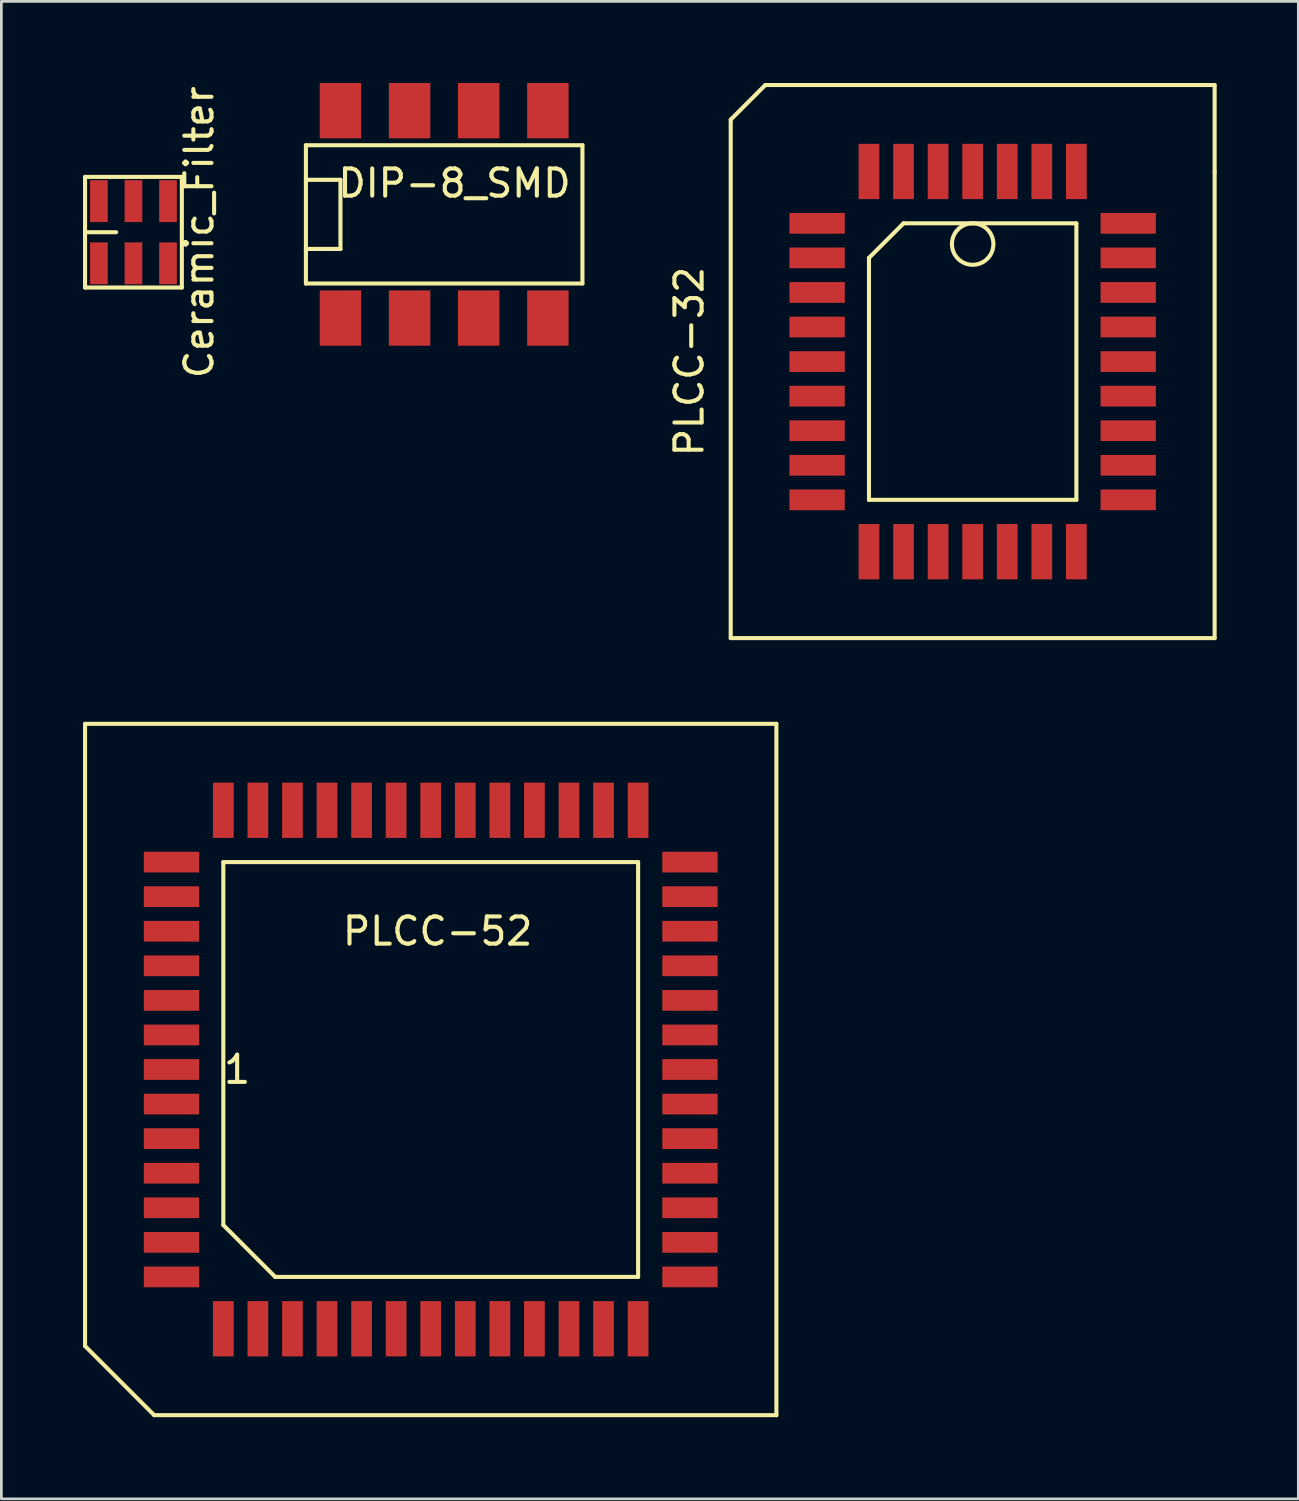
<source format=kicad_pcb>
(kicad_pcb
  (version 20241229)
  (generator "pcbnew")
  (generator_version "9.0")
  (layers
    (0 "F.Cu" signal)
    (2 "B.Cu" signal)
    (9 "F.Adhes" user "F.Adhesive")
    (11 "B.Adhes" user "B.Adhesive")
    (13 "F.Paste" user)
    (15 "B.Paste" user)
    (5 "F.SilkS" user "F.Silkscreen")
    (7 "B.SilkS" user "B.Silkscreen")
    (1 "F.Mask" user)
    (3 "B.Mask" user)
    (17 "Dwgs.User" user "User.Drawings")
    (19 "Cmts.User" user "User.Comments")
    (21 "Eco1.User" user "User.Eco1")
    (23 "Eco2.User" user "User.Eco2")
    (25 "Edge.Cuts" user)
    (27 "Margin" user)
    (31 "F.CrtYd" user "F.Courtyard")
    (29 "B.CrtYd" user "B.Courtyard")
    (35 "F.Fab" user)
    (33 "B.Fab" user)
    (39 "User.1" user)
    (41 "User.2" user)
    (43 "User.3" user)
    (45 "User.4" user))
  (footprint "Ceramic_Filter"
    (layer "F.Cu")
    (at 1.853 5.482)
    (property "Reference" "Ceramic_Filter" (at 2.413 0 90) (layer "F.SilkS") (effects (font (size 1 1) (thickness 0.15))))
    (attr smd)
    (fp_line (start -1.778 -2.032) (end 1.778 -2.032) (stroke (width 0.15) (type solid)) (layer "F.SilkS"))
    (fp_line (start -1.778 0) (end -0.635 0) (stroke (width 0.15) (type solid)) (layer "F.SilkS"))
    (fp_line (start -1.778 2.032) (end -1.778 -2.032) (stroke (width 0.15) (type solid)) (layer "F.SilkS"))
    (fp_line (start 1.778 -2.032) (end 1.778 2.032) (stroke (width 0.15) (type solid)) (layer "F.SilkS"))
    (fp_line (start 1.778 2.032) (end -1.778 2.032) (stroke (width 0.15) (type solid)) (layer "F.SilkS"))
    (pad "1" smd rect (at -1.27 1.143) (size 0.65 1.539) (layers "F.Cu" "F.Mask" "F.Paste"))
    (pad "2" smd rect (at 0 1.143) (size 0.65 1.539) (layers "F.Cu" "F.Mask" "F.Paste"))
    (pad "3" smd rect (at 1.27 1.143) (size 0.65 1.539) (layers "F.Cu" "F.Mask" "F.Paste"))
    (pad "4" smd rect (at 1.27 -1.143) (size 0.65 1.539) (layers "F.Cu" "F.Mask" "F.Paste"))
    (pad "5" smd rect (at 0 -1.143) (size 0.65 1.539) (layers "F.Cu" "F.Mask" "F.Paste"))
    (pad "6" smd rect (at -1.27 -1.143) (size 0.65 1.539) (layers "F.Cu" "F.Mask" "F.Paste")))
  (footprint "PLCC-52"
    (layer "F.Cu")
    (at 12.775 36.245)
    (property "Reference" "PLCC-52" (at 0.254 -5.08 0) (layer "F.SilkS") (effects (font (size 1 1) (thickness 0.15))))
    (attr smd)
    (fp_line (start -12.7 -12.7) (end 12.7 -12.7) (stroke (width 0.15) (type solid)) (layer "F.SilkS"))
    (fp_line (start -12.7 10.16) (end -12.7 -12.7) (stroke (width 0.15) (type solid)) (layer "F.SilkS"))
    (fp_line (start -10.16 12.7) (end -12.7 10.16) (stroke (width 0.15) (type solid)) (layer "F.SilkS"))
    (fp_line (start -10.16 12.7) (end 12.7 12.7) (stroke (width 0.15) (type solid)) (layer "F.SilkS"))
    (fp_line (start -7.62 -7.62) (end 7.62 -7.62) (stroke (width 0.15) (type solid)) (layer "F.SilkS"))
    (fp_line (start -7.62 5.715) (end -7.62 -7.62) (stroke (width 0.15) (type solid)) (layer "F.SilkS"))
    (fp_line (start -5.715 7.62) (end -7.62 5.715) (stroke (width 0.15) (type solid)) (layer "F.SilkS"))
    (fp_line (start 7.62 -7.62) (end 7.62 7.62) (stroke (width 0.15) (type solid)) (layer "F.SilkS"))
    (fp_line (start 7.62 7.62) (end -5.715 7.62) (stroke (width 0.15) (type solid)) (layer "F.SilkS"))
    (fp_line (start 12.7 -12.7) (end 12.7 12.7) (stroke (width 0.15) (type solid)) (layer "F.SilkS"))
    (fp_text user "1" (at -7.112 0 0) (layer "F.SilkS") (effects (font (size 1 1) (thickness 0.15))))
    (pad "1" smd rect (at -9.525 0) (size 2.032 0.762) (layers "F.Cu" "F.Mask" "F.Paste"))
    (pad "2" smd rect (at -9.525 1.27) (size 2.032 0.762) (layers "F.Cu" "F.Mask" "F.Paste"))
    (pad "3" smd rect (at -9.525 2.54) (size 2.032 0.762) (layers "F.Cu" "F.Mask" "F.Paste"))
    (pad "4" smd rect (at -9.525 3.81) (size 2.032 0.762) (layers "F.Cu" "F.Mask" "F.Paste"))
    (pad "5" smd rect (at -9.525 5.08) (size 2.032 0.762) (layers "F.Cu" "F.Mask" "F.Paste"))
    (pad "6" smd rect (at -9.525 6.35) (size 2.032 0.762) (layers "F.Cu" "F.Mask" "F.Paste"))
    (pad "7" smd rect (at -9.525 7.62) (size 2.032 0.762) (layers "F.Cu" "F.Mask" "F.Paste"))
    (pad "8" smd rect (at -7.62 9.525) (size 0.762 2.032) (layers "F.Cu" "F.Mask" "F.Paste"))
    (pad "9" smd rect (at -6.35 9.525) (size 0.762 2.032) (layers "F.Cu" "F.Mask" "F.Paste"))
    (pad "10" smd rect (at -5.08 9.525) (size 0.762 2.032) (layers "F.Cu" "F.Mask" "F.Paste"))
    (pad "11" smd rect (at -3.81 9.525) (size 0.762 2.032) (layers "F.Cu" "F.Mask" "F.Paste"))
    (pad "12" smd rect (at -2.54 9.525) (size 0.762 2.032) (layers "F.Cu" "F.Mask" "F.Paste"))
    (pad "13" smd rect (at -1.27 9.525) (size 0.762 2.032) (layers "F.Cu" "F.Mask" "F.Paste"))
    (pad "14" smd rect (at 0 9.525) (size 0.762 2.032) (layers "F.Cu" "F.Mask" "F.Paste"))
    (pad "15" smd rect (at 1.27 9.525) (size 0.762 2.032) (layers "F.Cu" "F.Mask" "F.Paste"))
    (pad "16" smd rect (at 2.54 9.525) (size 0.762 2.032) (layers "F.Cu" "F.Mask" "F.Paste"))
    (pad "17" smd rect (at 3.81 9.525) (size 0.762 2.032) (layers "F.Cu" "F.Mask" "F.Paste"))
    (pad "18" smd rect (at 5.08 9.525) (size 0.762 2.032) (layers "F.Cu" "F.Mask" "F.Paste"))
    (pad "19" smd rect (at 6.35 9.525) (size 0.762 2.032) (layers "F.Cu" "F.Mask" "F.Paste"))
    (pad "20" smd rect (at 7.62 9.525) (size 0.762 2.032) (layers "F.Cu" "F.Mask" "F.Paste"))
    (pad "21" smd rect (at 9.525 7.62) (size 2.032 0.762) (layers "F.Cu" "F.Mask" "F.Paste"))
    (pad "22" smd rect (at 9.525 6.35) (size 2.032 0.762) (layers "F.Cu" "F.Mask" "F.Paste"))
    (pad "23" smd rect (at 9.525 5.08) (size 2.032 0.762) (layers "F.Cu" "F.Mask" "F.Paste"))
    (pad "24" smd rect (at 9.525 3.81) (size 2.032 0.762) (layers "F.Cu" "F.Mask" "F.Paste"))
    (pad "25" smd rect (at 9.525 2.54) (size 2.032 0.762) (layers "F.Cu" "F.Mask" "F.Paste"))
    (pad "26" smd rect (at 9.525 1.27) (size 2.032 0.762) (layers "F.Cu" "F.Mask" "F.Paste"))
    (pad "27" smd rect (at 9.525 0) (size 2.032 0.762) (layers "F.Cu" "F.Mask" "F.Paste"))
    (pad "28" smd rect (at 9.525 -1.27) (size 2.032 0.762) (layers "F.Cu" "F.Mask" "F.Paste"))
    (pad "29" smd rect (at 9.525 -2.54) (size 2.032 0.762) (layers "F.Cu" "F.Mask" "F.Paste"))
    (pad "30" smd rect (at 9.525 -3.81) (size 2.032 0.762) (layers "F.Cu" "F.Mask" "F.Paste"))
    (pad "31" smd rect (at 9.525 -5.08) (size 2.032 0.762) (layers "F.Cu" "F.Mask" "F.Paste"))
    (pad "32" smd rect (at 9.525 -6.35) (size 2.032 0.762) (layers "F.Cu" "F.Mask" "F.Paste"))
    (pad "33" smd rect (at 9.525 -7.62) (size 2.032 0.762) (layers "F.Cu" "F.Mask" "F.Paste"))
    (pad "34" smd rect (at 7.62 -9.525) (size 0.762 2.032) (layers "F.Cu" "F.Mask" "F.Paste"))
    (pad "35" smd rect (at 6.35 -9.525) (size 0.762 2.032) (layers "F.Cu" "F.Mask" "F.Paste"))
    (pad "36" smd rect (at 5.08 -9.525) (size 0.762 2.032) (layers "F.Cu" "F.Mask" "F.Paste"))
    (pad "37" smd rect (at 3.81 -9.525) (size 0.762 2.032) (layers "F.Cu" "F.Mask" "F.Paste"))
    (pad "38" smd rect (at 2.54 -9.525) (size 0.762 2.032) (layers "F.Cu" "F.Mask" "F.Paste"))
    (pad "39" smd rect (at 1.27 -9.525) (size 0.762 2.032) (layers "F.Cu" "F.Mask" "F.Paste"))
    (pad "40" smd rect (at 0 -9.525) (size 0.762 2.032) (layers "F.Cu" "F.Mask" "F.Paste"))
    (pad "41" smd rect (at -1.27 -9.525) (size 0.762 2.032) (layers "F.Cu" "F.Mask" "F.Paste"))
    (pad "42" smd rect (at -2.54 -9.525) (size 0.762 2.032) (layers "F.Cu" "F.Mask" "F.Paste"))
    (pad "43" smd rect (at -3.81 -9.525) (size 0.762 2.032) (layers "F.Cu" "F.Mask" "F.Paste"))
    (pad "44" smd rect (at -5.08 -9.525) (size 0.762 2.032) (layers "F.Cu" "F.Mask" "F.Paste"))
    (pad "45" smd rect (at -6.35 -9.525) (size 0.762 2.032) (layers "F.Cu" "F.Mask" "F.Paste"))
    (pad "46" smd rect (at -7.62 -9.525) (size 0.762 2.032) (layers "F.Cu" "F.Mask" "F.Paste"))
    (pad "47" smd rect (at -9.525 -7.62) (size 2.032 0.762) (layers "F.Cu" "F.Mask" "F.Paste"))
    (pad "48" smd rect (at -9.525 -6.35) (size 2.032 0.762) (layers "F.Cu" "F.Mask" "F.Paste"))
    (pad "49" smd rect (at -9.525 -5.08) (size 2.032 0.762) (layers "F.Cu" "F.Mask" "F.Paste"))
    (pad "50" smd rect (at -9.525 -3.81) (size 2.032 0.762) (layers "F.Cu" "F.Mask" "F.Paste"))
    (pad "51" smd rect (at -9.525 -2.54) (size 2.032 0.762) (layers "F.Cu" "F.Mask" "F.Paste"))
    (pad "52" smd rect (at -9.525 -1.27) (size 2.032 0.762) (layers "F.Cu" "F.Mask" "F.Paste")))
  (footprint "DIP-8_SMD"
    (layer "F.Cu")
    (at 13.269 4.826)
    (property "Reference" "DIP-8_SMD" (at 0.381 -1.143 0) (layer "F.SilkS") (effects (font (size 1 1) (thickness 0.15))))
    (attr smd)
    (fp_line (start -5.08 -2.54) (end -5.08 2.54) (stroke (width 0.15) (type solid)) (layer "F.SilkS"))
    (fp_line (start -5.08 -1.27) (end -3.81 -1.27) (stroke (width 0.15) (type solid)) (layer "F.SilkS"))
    (fp_line (start -5.08 2.54) (end 5.08 2.54) (stroke (width 0.15) (type solid)) (layer "F.SilkS"))
    (fp_line (start -3.81 -1.27) (end -3.81 1.27) (stroke (width 0.15) (type solid)) (layer "F.SilkS"))
    (fp_line (start -3.81 1.27) (end -5.08 1.27) (stroke (width 0.15) (type solid)) (layer "F.SilkS"))
    (fp_line (start 5.08 -2.54) (end -5.08 -2.54) (stroke (width 0.15) (type solid)) (layer "F.SilkS"))
    (fp_line (start 5.08 2.54) (end 5.08 -2.54) (stroke (width 0.15) (type solid)) (layer "F.SilkS"))
    (pad "1" smd rect (at -3.81 3.81) (size 1.524 2.032) (layers "F.Cu" "F.Mask" "F.Paste"))
    (pad "2" smd rect (at -1.27 3.81) (size 1.524 2.032) (layers "F.Cu" "F.Mask" "F.Paste"))
    (pad "3" smd rect (at 1.27 3.81) (size 1.524 2.032) (layers "F.Cu" "F.Mask" "F.Paste"))
    (pad "4" smd rect (at 3.81 3.81) (size 1.524 2.032) (layers "F.Cu" "F.Mask" "F.Paste"))
    (pad "5" smd rect (at 3.81 -3.81) (size 1.524 2.032) (layers "F.Cu" "F.Mask" "F.Paste"))
    (pad "6" smd rect (at 1.27 -3.81) (size 1.524 2.032) (layers "F.Cu" "F.Mask" "F.Paste"))
    (pad "7" smd rect (at -1.27 -3.81) (size 1.524 2.032) (layers "F.Cu" "F.Mask" "F.Paste"))
    (pad "8" smd rect (at -3.81 -3.81) (size 1.524 2.032) (layers "F.Cu" "F.Mask" "F.Paste")))
  (footprint "PLCC-32"
    (layer "F.Cu")
    (at 32.687 10.235)
    (property "Reference" "PLCC-32" (at -10.414 0 90) (layer "F.SilkS") (effects (font (size 1 1) (thickness 0.15))))
    (attr smd)
    (fp_line (start -8.89 -8.89) (end -7.62 -10.16) (stroke (width 0.15) (type solid)) (layer "F.SilkS"))
    (fp_line (start -8.89 10.16) (end -8.89 -8.89) (stroke (width 0.15) (type solid)) (layer "F.SilkS"))
    (fp_line (start -7.62 -10.16) (end 8.89 -10.16) (stroke (width 0.15) (type solid)) (layer "F.SilkS"))
    (fp_line (start -3.81 -3.81) (end -3.81 5.08) (stroke (width 0.15) (type solid)) (layer "F.SilkS"))
    (fp_line (start -3.81 5.08) (end 3.81 5.08) (stroke (width 0.15) (type solid)) (layer "F.SilkS"))
    (fp_line (start -2.54 -5.08) (end -3.81 -3.81) (stroke (width 0.15) (type solid)) (layer "F.SilkS"))
    (fp_line (start 3.81 -5.08) (end -2.54 -5.08) (stroke (width 0.15) (type solid)) (layer "F.SilkS"))
    (fp_line (start 3.81 5.08) (end 3.81 -5.08) (stroke (width 0.15) (type solid)) (layer "F.SilkS"))
    (fp_line (start 8.89 -10.16) (end 8.89 -6.985) (stroke (width 0.15) (type solid)) (layer "F.SilkS"))
    (fp_line (start 8.89 -6.985) (end 8.89 10.16) (stroke (width 0.15) (type solid)) (layer "F.SilkS"))
    (fp_line (start 8.89 10.16) (end -8.89 10.16) (stroke (width 0.15) (type solid)) (layer "F.SilkS"))
    (fp_circle (center 0 -4.318) (end 0 -5.08) (stroke (width 0.15) (type solid)) (fill no) (layer "F.SilkS"))
    (pad "1" smd rect (at 0 -6.985) (size 0.762 2.032) (layers "F.Cu" "F.Mask" "F.Paste"))
    (pad "2" smd rect (at -1.27 -6.985) (size 0.762 2.032) (layers "F.Cu" "F.Mask" "F.Paste"))
    (pad "3" smd rect (at -2.54 -6.985) (size 0.762 2.032) (layers "F.Cu" "F.Mask" "F.Paste"))
    (pad "4" smd rect (at -3.81 -6.985) (size 0.762 2.032) (layers "F.Cu" "F.Mask" "F.Paste"))
    (pad "5" smd rect (at -5.715 -5.08) (size 2.032 0.762) (layers "F.Cu" "F.Mask" "F.Paste"))
    (pad "6" smd rect (at -5.715 -3.81) (size 2.032 0.762) (layers "F.Cu" "F.Mask" "F.Paste"))
    (pad "7" smd rect (at -5.715 -2.54) (size 2.032 0.762) (layers "F.Cu" "F.Mask" "F.Paste"))
    (pad "8" smd rect (at -5.715 -1.27) (size 2.032 0.762) (layers "F.Cu" "F.Mask" "F.Paste"))
    (pad "9" smd rect (at -5.715 0) (size 2.032 0.762) (layers "F.Cu" "F.Mask" "F.Paste"))
    (pad "10" smd rect (at -5.715 1.27) (size 2.032 0.762) (layers "F.Cu" "F.Mask" "F.Paste"))
    (pad "11" smd rect (at -5.715 2.54) (size 2.032 0.762) (layers "F.Cu" "F.Mask" "F.Paste"))
    (pad "12" smd rect (at -5.715 3.81) (size 2.032 0.762) (layers "F.Cu" "F.Mask" "F.Paste"))
    (pad "13" smd rect (at -5.715 5.08) (size 2.032 0.762) (layers "F.Cu" "F.Mask" "F.Paste"))
    (pad "14" smd rect (at -3.81 6.985) (size 0.762 2.032) (layers "F.Cu" "F.Mask" "F.Paste"))
    (pad "15" smd rect (at -2.54 6.985) (size 0.762 2.032) (layers "F.Cu" "F.Mask" "F.Paste"))
    (pad "16" smd rect (at -1.27 6.985) (size 0.762 2.032) (layers "F.Cu" "F.Mask" "F.Paste"))
    (pad "17" smd rect (at 0 6.985) (size 0.762 2.032) (layers "F.Cu" "F.Mask" "F.Paste"))
    (pad "18" smd rect (at 1.27 6.985) (size 0.762 2.032) (layers "F.Cu" "F.Mask" "F.Paste"))
    (pad "19" smd rect (at 2.54 6.985) (size 0.762 2.032) (layers "F.Cu" "F.Mask" "F.Paste"))
    (pad "20" smd rect (at 3.81 6.985) (size 0.762 2.032) (layers "F.Cu" "F.Mask" "F.Paste"))
    (pad "21" smd rect (at 5.715 5.08) (size 2.032 0.762) (layers "F.Cu" "F.Mask" "F.Paste"))
    (pad "22" smd rect (at 5.715 3.81) (size 2.032 0.762) (layers "F.Cu" "F.Mask" "F.Paste"))
    (pad "23" smd rect (at 5.715 2.54) (size 2.032 0.762) (layers "F.Cu" "F.Mask" "F.Paste"))
    (pad "24" smd rect (at 5.715 1.27) (size 2.032 0.762) (layers "F.Cu" "F.Mask" "F.Paste"))
    (pad "25" smd rect (at 5.715 0) (size 2.032 0.762) (layers "F.Cu" "F.Mask" "F.Paste"))
    (pad "26" smd rect (at 5.715 -1.27) (size 2.032 0.762) (layers "F.Cu" "F.Mask" "F.Paste"))
    (pad "27" smd rect (at 5.715 -2.54) (size 2.032 0.762) (layers "F.Cu" "F.Mask" "F.Paste"))
    (pad "28" smd rect (at 5.715 -3.81) (size 2.032 0.762) (layers "F.Cu" "F.Mask" "F.Paste"))
    (pad "29" smd rect (at 5.715 -5.08) (size 2.032 0.762) (layers "F.Cu" "F.Mask" "F.Paste"))
    (pad "30" smd rect (at 3.81 -6.985) (size 0.762 2.032) (layers "F.Cu" "F.Mask" "F.Paste"))
    (pad "31" smd rect (at 2.54 -6.985) (size 0.762 2.032) (layers "F.Cu" "F.Mask" "F.Paste"))
    (pad "32" smd rect (at 1.27 -6.985) (size 0.762 2.032) (layers "F.Cu" "F.Mask" "F.Paste")))
  (gr_rect
    (start -3 -3)
    (end 44.651 52.02)
    (stroke (width 0.1) (type default))
    (fill no)
    (layer "Edge.Cuts")))
</source>
